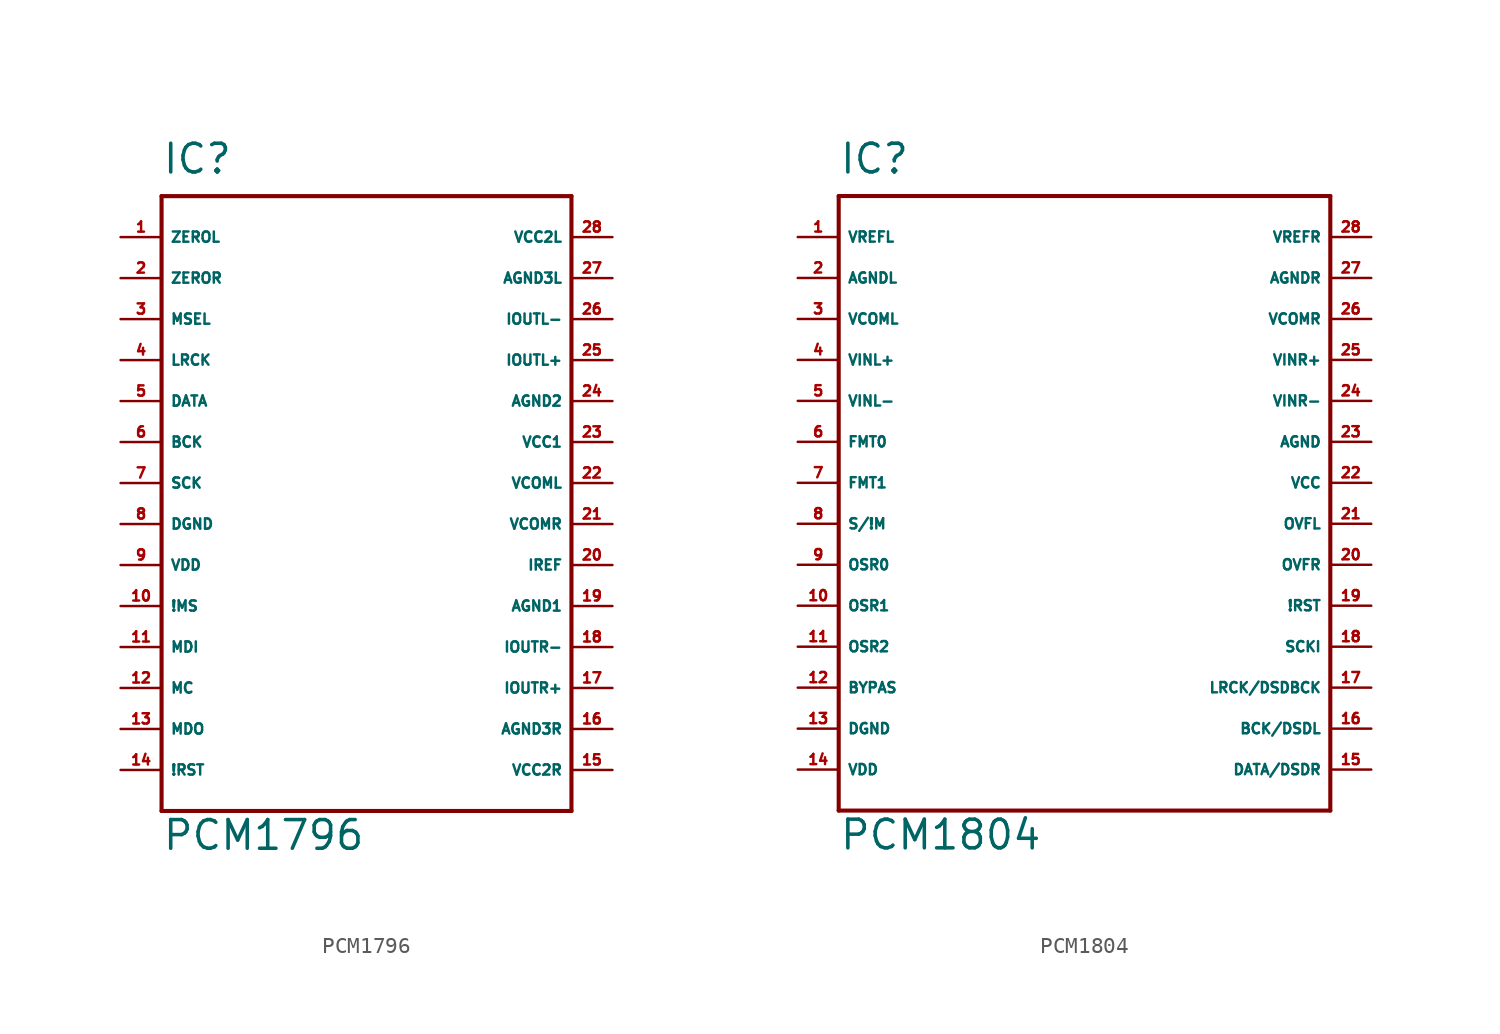
<source format=kicad_sym>
(kicad_symbol_lib
  (version 20220914)
  (generator Eagle2Kicad)
  (symbol "PCM1796"
    (property "Reference" "IC"
      (at -12.7 19.05 0)
      (effects (font (size 1.778 1.778) (thickness 0.22)) (justify left bottom)))
    (property "Value" "PCM1796"
      (at -12.7 -22.86 0)
      (effects (font (size 1.778 1.778) (thickness 0.22)) (justify left bottom)))
    (polyline
      (pts (xy -12.7 17.78) (xy 12.7 17.78))
      (stroke (width 0.254) (type default))
      (fill (type none)))
    (polyline
      (pts (xy 12.7 17.78) (xy 12.7 -20.32))
      (stroke (width 0.254) (type default))
      (fill (type none)))
    (polyline
      (pts (xy 12.7 -20.32) (xy -12.7 -20.32))
      (stroke (width 0.254) (type default))
      (fill (type none)))
    (polyline
      (pts (xy -12.7 -20.32) (xy -12.7 17.78))
      (stroke (width 0.254) (type default))
      (fill (type none)))
    (pin bidirectional line
      (at -15.24 15.24 0)
      (length 2.54)
      (name "ZEROL" (effects (font (size 0.635 0.635) (thickness 0.08)) (justify left bottom)))
      (number "1" (effects (font (size 0.635 0.635) (thickness 0.08)) (justify left bottom))))
    (pin bidirectional line
      (at -15.24 12.7 0)
      (length 2.54)
      (name "ZEROR" (effects (font (size 0.635 0.635) (thickness 0.08)) (justify left bottom)))
      (number "2" (effects (font (size 0.635 0.635) (thickness 0.08)) (justify left bottom))))
    (pin input line
      (at -15.24 10.16 0)
      (length 2.54)
      (name "MSEL" (effects (font (size 0.635 0.635) (thickness 0.08)) (justify left bottom)))
      (number "3" (effects (font (size 0.635 0.635) (thickness 0.08)) (justify left bottom))))
    (pin input line
      (at -15.24 7.62 0)
      (length 2.54)
      (name "LRCK" (effects (font (size 0.635 0.635) (thickness 0.08)) (justify left bottom)))
      (number "4" (effects (font (size 0.635 0.635) (thickness 0.08)) (justify left bottom))))
    (pin input line
      (at -15.24 5.08 0)
      (length 2.54)
      (name "DATA" (effects (font (size 0.635 0.635) (thickness 0.08)) (justify left bottom)))
      (number "5" (effects (font (size 0.635 0.635) (thickness 0.08)) (justify left bottom))))
    (pin input line
      (at -15.24 2.54 0)
      (length 2.54)
      (name "BCK" (effects (font (size 0.635 0.635) (thickness 0.08)) (justify left bottom)))
      (number "6" (effects (font (size 0.635 0.635) (thickness 0.08)) (justify left bottom))))
    (pin input line
      (at -15.24 0 0)
      (length 2.54)
      (name "SCK" (effects (font (size 0.635 0.635) (thickness 0.08)) (justify left bottom)))
      (number "7" (effects (font (size 0.635 0.635) (thickness 0.08)) (justify left bottom))))
    (pin input line
      (at -15.24 -2.54 0)
      (length 2.54)
      (name "DGND" (effects (font (size 0.635 0.635) (thickness 0.08)) (justify left bottom)))
      (number "8" (effects (font (size 0.635 0.635) (thickness 0.08)) (justify left bottom))))
    (pin input line
      (at -15.24 -5.08 0)
      (length 2.54)
      (name "VDD" (effects (font (size 0.635 0.635) (thickness 0.08)) (justify left bottom)))
      (number "9" (effects (font (size 0.635 0.635) (thickness 0.08)) (justify left bottom))))
    (pin bidirectional line
      (at -15.24 -7.62 0)
      (length 2.54)
      (name "!MS" (effects (font (size 0.635 0.635) (thickness 0.08)) (justify left bottom)))
      (number "10" (effects (font (size 0.635 0.635) (thickness 0.08)) (justify left bottom))))
    (pin input line
      (at -15.24 -10.16 0)
      (length 2.54)
      (name "MDI" (effects (font (size 0.635 0.635) (thickness 0.08)) (justify left bottom)))
      (number "11" (effects (font (size 0.635 0.635) (thickness 0.08)) (justify left bottom))))
    (pin input line
      (at -15.24 -12.7 0)
      (length 2.54)
      (name "MC" (effects (font (size 0.635 0.635) (thickness 0.08)) (justify left bottom)))
      (number "12" (effects (font (size 0.635 0.635) (thickness 0.08)) (justify left bottom))))
    (pin bidirectional line
      (at -15.24 -15.24 0)
      (length 2.54)
      (name "MDO" (effects (font (size 0.635 0.635) (thickness 0.08)) (justify left bottom)))
      (number "13" (effects (font (size 0.635 0.635) (thickness 0.08)) (justify left bottom))))
    (pin input line
      (at -15.24 -17.78 0)
      (length 2.54)
      (name "!RST" (effects (font (size 0.635 0.635) (thickness 0.08)) (justify left bottom)))
      (number "14" (effects (font (size 0.635 0.635) (thickness 0.08)) (justify left bottom))))
    (pin input line
      (at 15.24 -17.78 180)
      (length 2.54)
      (name "VCC2R" (effects (font (size 0.635 0.635) (thickness 0.08)) (justify left bottom)))
      (number "15" (effects (font (size 0.635 0.635) (thickness 0.08)) (justify left bottom))))
    (pin input line
      (at 15.24 -15.24 180)
      (length 2.54)
      (name "AGND3R" (effects (font (size 0.635 0.635) (thickness 0.08)) (justify left bottom)))
      (number "16" (effects (font (size 0.635 0.635) (thickness 0.08)) (justify left bottom))))
    (pin output line
      (at 15.24 -12.7 180)
      (length 2.54)
      (name "IOUTR+" (effects (font (size 0.635 0.635) (thickness 0.08)) (justify left bottom)))
      (number "17" (effects (font (size 0.635 0.635) (thickness 0.08)) (justify left bottom))))
    (pin output line
      (at 15.24 -10.16 180)
      (length 2.54)
      (name "IOUTR-" (effects (font (size 0.635 0.635) (thickness 0.08)) (justify left bottom)))
      (number "18" (effects (font (size 0.635 0.635) (thickness 0.08)) (justify left bottom))))
    (pin input line
      (at 15.24 -7.62 180)
      (length 2.54)
      (name "AGND1" (effects (font (size 0.635 0.635) (thickness 0.08)) (justify left bottom)))
      (number "19" (effects (font (size 0.635 0.635) (thickness 0.08)) (justify left bottom))))
    (pin output line
      (at 15.24 -5.08 180)
      (length 2.54)
      (name "IREF" (effects (font (size 0.635 0.635) (thickness 0.08)) (justify left bottom)))
      (number "20" (effects (font (size 0.635 0.635) (thickness 0.08)) (justify left bottom))))
    (pin input line
      (at 15.24 -2.54 180)
      (length 2.54)
      (name "VCOMR" (effects (font (size 0.635 0.635) (thickness 0.08)) (justify left bottom)))
      (number "21" (effects (font (size 0.635 0.635) (thickness 0.08)) (justify left bottom))))
    (pin input line
      (at 15.24 0 180)
      (length 2.54)
      (name "VCOML" (effects (font (size 0.635 0.635) (thickness 0.08)) (justify left bottom)))
      (number "22" (effects (font (size 0.635 0.635) (thickness 0.08)) (justify left bottom))))
    (pin input line
      (at 15.24 2.54 180)
      (length 2.54)
      (name "VCC1" (effects (font (size 0.635 0.635) (thickness 0.08)) (justify left bottom)))
      (number "23" (effects (font (size 0.635 0.635) (thickness 0.08)) (justify left bottom))))
    (pin input line
      (at 15.24 5.08 180)
      (length 2.54)
      (name "AGND2" (effects (font (size 0.635 0.635) (thickness 0.08)) (justify left bottom)))
      (number "24" (effects (font (size 0.635 0.635) (thickness 0.08)) (justify left bottom))))
    (pin output line
      (at 15.24 7.62 180)
      (length 2.54)
      (name "IOUTL+" (effects (font (size 0.635 0.635) (thickness 0.08)) (justify left bottom)))
      (number "25" (effects (font (size 0.635 0.635) (thickness 0.08)) (justify left bottom))))
    (pin output line
      (at 15.24 10.16 180)
      (length 2.54)
      (name "IOUTL-" (effects (font (size 0.635 0.635) (thickness 0.08)) (justify left bottom)))
      (number "26" (effects (font (size 0.635 0.635) (thickness 0.08)) (justify left bottom))))
    (pin input line
      (at 15.24 12.7 180)
      (length 2.54)
      (name "AGND3L" (effects (font (size 0.635 0.635) (thickness 0.08)) (justify left bottom)))
      (number "27" (effects (font (size 0.635 0.635) (thickness 0.08)) (justify left bottom))))
    (pin input line
      (at 15.24 15.24 180)
      (length 2.54)
      (name "VCC2L" (effects (font (size 0.635 0.635) (thickness 0.08)) (justify left bottom)))
      (number "28" (effects (font (size 0.635 0.635) (thickness 0.08)) (justify left bottom)))))
  (symbol "PCM1804"
    (property "Reference" "IC"
      (at -15.24 19.05 0)
      (effects (font (size 1.778 1.778) (thickness 0.22)) (justify left bottom)))
    (property "Value" "PCM1804"
      (at -15.24 -22.86 0)
      (effects (font (size 1.778 1.778) (thickness 0.22)) (justify left bottom)))
    (polyline
      (pts (xy -15.24 -20.32) (xy 15.24 -20.32))
      (stroke (width 0.254) (type default))
      (fill (type none)))
    (polyline
      (pts (xy 15.24 -20.32) (xy 15.24 17.78))
      (stroke (width 0.254) (type default))
      (fill (type none)))
    (polyline
      (pts (xy 15.24 17.78) (xy -15.24 17.78))
      (stroke (width 0.254) (type default))
      (fill (type none)))
    (polyline
      (pts (xy -15.24 17.78) (xy -15.24 -20.32))
      (stroke (width 0.254) (type default))
      (fill (type none)))
    (pin unspecified line
      (at -17.78 15.24 0)
      (length 2.54)
      (name "VREFL" (effects (font (size 0.635 0.635) (thickness 0.08)) (justify left bottom)))
      (number "1" (effects (font (size 0.635 0.635) (thickness 0.08)) (justify left bottom))))
    (pin unspecified line
      (at -17.78 12.7 0)
      (length 2.54)
      (name "AGNDL" (effects (font (size 0.635 0.635) (thickness 0.08)) (justify left bottom)))
      (number "2" (effects (font (size 0.635 0.635) (thickness 0.08)) (justify left bottom))))
    (pin unspecified line
      (at -17.78 10.16 0)
      (length 2.54)
      (name "VCOML" (effects (font (size 0.635 0.635) (thickness 0.08)) (justify left bottom)))
      (number "3" (effects (font (size 0.635 0.635) (thickness 0.08)) (justify left bottom))))
    (pin input line
      (at -17.78 7.62 0)
      (length 2.54)
      (name "VINL+" (effects (font (size 0.635 0.635) (thickness 0.08)) (justify left bottom)))
      (number "4" (effects (font (size 0.635 0.635) (thickness 0.08)) (justify left bottom))))
    (pin input line
      (at -17.78 5.08 0)
      (length 2.54)
      (name "VINL-" (effects (font (size 0.635 0.635) (thickness 0.08)) (justify left bottom)))
      (number "5" (effects (font (size 0.635 0.635) (thickness 0.08)) (justify left bottom))))
    (pin input line
      (at -17.78 2.54 0)
      (length 2.54)
      (name "FMT0" (effects (font (size 0.635 0.635) (thickness 0.08)) (justify left bottom)))
      (number "6" (effects (font (size 0.635 0.635) (thickness 0.08)) (justify left bottom))))
    (pin input line
      (at -17.78 0 0)
      (length 2.54)
      (name "FMT1" (effects (font (size 0.635 0.635) (thickness 0.08)) (justify left bottom)))
      (number "7" (effects (font (size 0.635 0.635) (thickness 0.08)) (justify left bottom))))
    (pin input line
      (at -17.78 -2.54 0)
      (length 2.54)
      (name "S/!M" (effects (font (size 0.635 0.635) (thickness 0.08)) (justify left bottom)))
      (number "8" (effects (font (size 0.635 0.635) (thickness 0.08)) (justify left bottom))))
    (pin input line
      (at -17.78 -5.08 0)
      (length 2.54)
      (name "OSR0" (effects (font (size 0.635 0.635) (thickness 0.08)) (justify left bottom)))
      (number "9" (effects (font (size 0.635 0.635) (thickness 0.08)) (justify left bottom))))
    (pin input line
      (at -17.78 -7.62 0)
      (length 2.54)
      (name "OSR1" (effects (font (size 0.635 0.635) (thickness 0.08)) (justify left bottom)))
      (number "10" (effects (font (size 0.635 0.635) (thickness 0.08)) (justify left bottom))))
    (pin input line
      (at -17.78 -10.16 0)
      (length 2.54)
      (name "OSR2" (effects (font (size 0.635 0.635) (thickness 0.08)) (justify left bottom)))
      (number "11" (effects (font (size 0.635 0.635) (thickness 0.08)) (justify left bottom))))
    (pin input line
      (at -17.78 -12.7 0)
      (length 2.54)
      (name "BYPAS" (effects (font (size 0.635 0.635) (thickness 0.08)) (justify left bottom)))
      (number "12" (effects (font (size 0.635 0.635) (thickness 0.08)) (justify left bottom))))
    (pin unspecified line
      (at -17.78 -15.24 0)
      (length 2.54)
      (name "DGND" (effects (font (size 0.635 0.635) (thickness 0.08)) (justify left bottom)))
      (number "13" (effects (font (size 0.635 0.635) (thickness 0.08)) (justify left bottom))))
    (pin unspecified line
      (at -17.78 -17.78 0)
      (length 2.54)
      (name "VDD" (effects (font (size 0.635 0.635) (thickness 0.08)) (justify left bottom)))
      (number "14" (effects (font (size 0.635 0.635) (thickness 0.08)) (justify left bottom))))
    (pin output line
      (at 17.78 -17.78 180)
      (length 2.54)
      (name "DATA/DSDR" (effects (font (size 0.635 0.635) (thickness 0.08)) (justify left bottom)))
      (number "15" (effects (font (size 0.635 0.635) (thickness 0.08)) (justify left bottom))))
    (pin input line
      (at 17.78 -10.16 180)
      (length 2.54)
      (name "SCKI" (effects (font (size 0.635 0.635) (thickness 0.08)) (justify left bottom)))
      (number "18" (effects (font (size 0.635 0.635) (thickness 0.08)) (justify left bottom))))
    (pin input line
      (at 17.78 -7.62 180)
      (length 2.54)
      (name "!RST" (effects (font (size 0.635 0.635) (thickness 0.08)) (justify left bottom)))
      (number "19" (effects (font (size 0.635 0.635) (thickness 0.08)) (justify left bottom))))
    (pin output line
      (at 17.78 -5.08 180)
      (length 2.54)
      (name "OVFR" (effects (font (size 0.635 0.635) (thickness 0.08)) (justify left bottom)))
      (number "20" (effects (font (size 0.635 0.635) (thickness 0.08)) (justify left bottom))))
    (pin output line
      (at 17.78 -2.54 180)
      (length 2.54)
      (name "OVFL" (effects (font (size 0.635 0.635) (thickness 0.08)) (justify left bottom)))
      (number "21" (effects (font (size 0.635 0.635) (thickness 0.08)) (justify left bottom))))
    (pin unspecified line
      (at 17.78 0 180)
      (length 2.54)
      (name "VCC" (effects (font (size 0.635 0.635) (thickness 0.08)) (justify left bottom)))
      (number "22" (effects (font (size 0.635 0.635) (thickness 0.08)) (justify left bottom))))
    (pin unspecified line
      (at 17.78 2.54 180)
      (length 2.54)
      (name "AGND" (effects (font (size 0.635 0.635) (thickness 0.08)) (justify left bottom)))
      (number "23" (effects (font (size 0.635 0.635) (thickness 0.08)) (justify left bottom))))
    (pin input line
      (at 17.78 5.08 180)
      (length 2.54)
      (name "VINR-" (effects (font (size 0.635 0.635) (thickness 0.08)) (justify left bottom)))
      (number "24" (effects (font (size 0.635 0.635) (thickness 0.08)) (justify left bottom))))
    (pin input line
      (at 17.78 7.62 180)
      (length 2.54)
      (name "VINR+" (effects (font (size 0.635 0.635) (thickness 0.08)) (justify left bottom)))
      (number "25" (effects (font (size 0.635 0.635) (thickness 0.08)) (justify left bottom))))
    (pin unspecified line
      (at 17.78 10.16 180)
      (length 2.54)
      (name "VCOMR" (effects (font (size 0.635 0.635) (thickness 0.08)) (justify left bottom)))
      (number "26" (effects (font (size 0.635 0.635) (thickness 0.08)) (justify left bottom))))
    (pin unspecified line
      (at 17.78 12.7 180)
      (length 2.54)
      (name "AGNDR" (effects (font (size 0.635 0.635) (thickness 0.08)) (justify left bottom)))
      (number "27" (effects (font (size 0.635 0.635) (thickness 0.08)) (justify left bottom))))
    (pin unspecified line
      (at 17.78 15.24 180)
      (length 2.54)
      (name "VREFR" (effects (font (size 0.635 0.635) (thickness 0.08)) (justify left bottom)))
      (number "28" (effects (font (size 0.635 0.635) (thickness 0.08)) (justify left bottom))))
    (pin bidirectional line
      (at 17.78 -15.24 180)
      (length 2.54)
      (name "BCK/DSDL" (effects (font (size 0.635 0.635) (thickness 0.08)) (justify left bottom)))
      (number "16" (effects (font (size 0.635 0.635) (thickness 0.08)) (justify left bottom))))
    (pin bidirectional line
      (at 17.78 -12.7 180)
      (length 2.54)
      (name "LRCK/DSDBCK" (effects (font (size 0.635 0.635) (thickness 0.08)) (justify left bottom)))
      (number "17" (effects (font (size 0.635 0.635) (thickness 0.08)) (justify left bottom))))))
</source>
